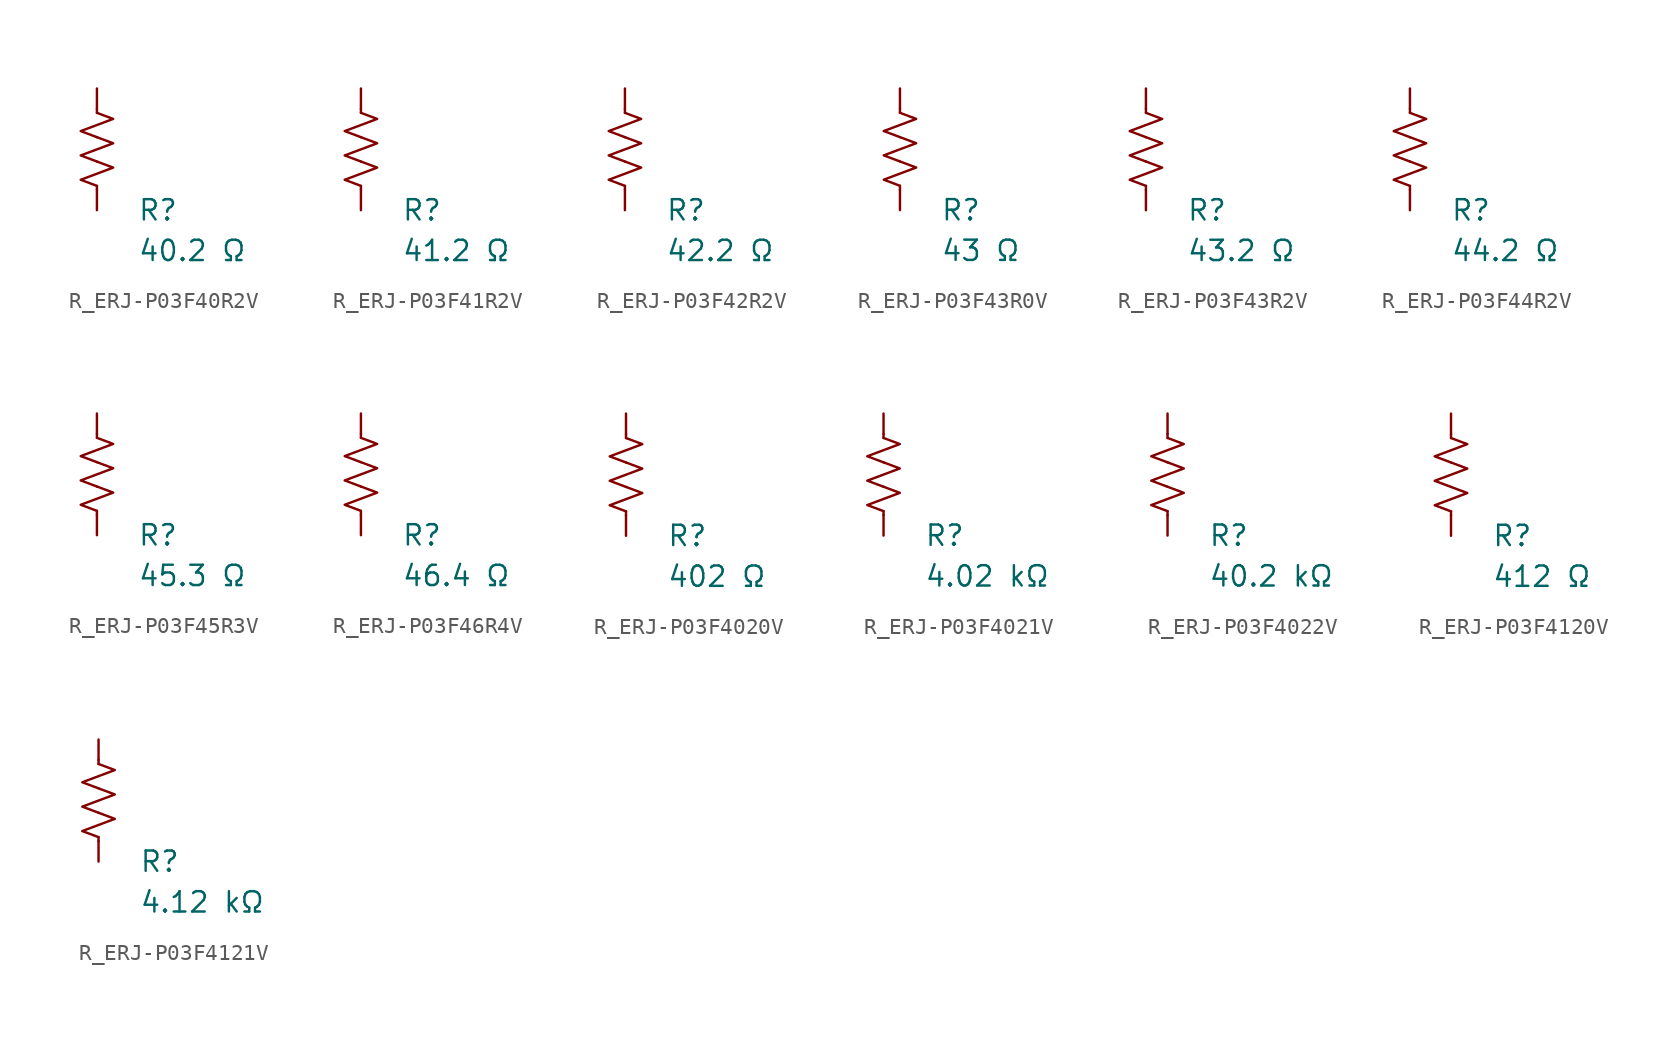
<source format=kicad_sym>
(kicad_symbol_lib
  (version 20231120)
  (generator "kicad_symbol_editor")
  (generator_version "8.0")
  (symbol "R_ERJ-P03F40R2V"
    (pin_numbers hide)
    (pin_names
      (offset 0))
    (property "Reference" "R"
      (at 2.54 -3.81 0)
      (effects (font (size 1.27 1.27)) (justify left))
      (show_name no))
    (property "Value" "40.2 Ω"
      (at 2.54 -6.35 0)
      (effects (font (size 1.27 1.27)) (justify left))
      (show_name no))
    (symbol "R_ERJ-P03F40R2V_0_1"
      (polyline (pts (xy 0 -2.286) (xy 0 -2.54)) (stroke (width 0) (type default)) (fill (type none)))
      (polyline (pts (xy 0 2.286) (xy 0 2.54)) (stroke (width 0) (type default)) (fill (type none)))
      (polyline (pts (xy 0 -0.762) (xy 1.016 -1.143) (xy 0 -1.524) (xy -1.016 -1.905) (xy 0 -2.286)) (stroke (width 0) (type default)) (fill (type none)))
      (polyline (pts (xy 0 0.762) (xy 1.016 0.381) (xy 0 0) (xy -1.016 -0.381) (xy 0 -0.762)) (stroke (width 0) (type default)) (fill (type none)))
      (polyline (pts (xy 0 2.286) (xy 1.016 1.905) (xy 0 1.524) (xy -1.016 1.143) (xy 0 0.762)) (stroke (width 0) (type default)) (fill (type none))))
    (symbol "R_ERJ-P03F40R2V_1_1"
      (pin passive line (at 0 3.81 270) (length 1.27) (name "~" (effects (font (size 1.27 1.27)))) (number "1" (effects (font (size 1.27 1.27)))))
      (pin passive line (at 0 -3.81 90) (length 1.27) (name "~" (effects (font (size 1.27 1.27)))) (number "2" (effects (font (size 1.27 1.27)))))))
  (symbol "R_ERJ-P03F41R2V"
    (pin_numbers hide)
    (pin_names
      (offset 0))
    (property "Reference" "R"
      (at 2.54 -3.81 0)
      (effects (font (size 1.27 1.27)) (justify left))
      (show_name no))
    (property "Value" "41.2 Ω"
      (at 2.54 -6.35 0)
      (effects (font (size 1.27 1.27)) (justify left))
      (show_name no))
    (symbol "R_ERJ-P03F41R2V_0_1"
      (polyline (pts (xy 0 -2.286) (xy 0 -2.54)) (stroke (width 0) (type default)) (fill (type none)))
      (polyline (pts (xy 0 2.286) (xy 0 2.54)) (stroke (width 0) (type default)) (fill (type none)))
      (polyline (pts (xy 0 -0.762) (xy 1.016 -1.143) (xy 0 -1.524) (xy -1.016 -1.905) (xy 0 -2.286)) (stroke (width 0) (type default)) (fill (type none)))
      (polyline (pts (xy 0 0.762) (xy 1.016 0.381) (xy 0 0) (xy -1.016 -0.381) (xy 0 -0.762)) (stroke (width 0) (type default)) (fill (type none)))
      (polyline (pts (xy 0 2.286) (xy 1.016 1.905) (xy 0 1.524) (xy -1.016 1.143) (xy 0 0.762)) (stroke (width 0) (type default)) (fill (type none))))
    (symbol "R_ERJ-P03F41R2V_1_1"
      (pin passive line (at 0 3.81 270) (length 1.27) (name "~" (effects (font (size 1.27 1.27)))) (number "1" (effects (font (size 1.27 1.27)))))
      (pin passive line (at 0 -3.81 90) (length 1.27) (name "~" (effects (font (size 1.27 1.27)))) (number "2" (effects (font (size 1.27 1.27)))))))
  (symbol "R_ERJ-P03F42R2V"
    (pin_numbers hide)
    (pin_names
      (offset 0))
    (property "Reference" "R"
      (at 2.54 -3.81 0)
      (effects (font (size 1.27 1.27)) (justify left))
      (show_name no))
    (property "Value" "42.2 Ω"
      (at 2.54 -6.35 0)
      (effects (font (size 1.27 1.27)) (justify left))
      (show_name no))
    (symbol "R_ERJ-P03F42R2V_0_1"
      (polyline (pts (xy 0 -2.286) (xy 0 -2.54)) (stroke (width 0) (type default)) (fill (type none)))
      (polyline (pts (xy 0 2.286) (xy 0 2.54)) (stroke (width 0) (type default)) (fill (type none)))
      (polyline (pts (xy 0 -0.762) (xy 1.016 -1.143) (xy 0 -1.524) (xy -1.016 -1.905) (xy 0 -2.286)) (stroke (width 0) (type default)) (fill (type none)))
      (polyline (pts (xy 0 0.762) (xy 1.016 0.381) (xy 0 0) (xy -1.016 -0.381) (xy 0 -0.762)) (stroke (width 0) (type default)) (fill (type none)))
      (polyline (pts (xy 0 2.286) (xy 1.016 1.905) (xy 0 1.524) (xy -1.016 1.143) (xy 0 0.762)) (stroke (width 0) (type default)) (fill (type none))))
    (symbol "R_ERJ-P03F42R2V_1_1"
      (pin passive line (at 0 3.81 270) (length 1.27) (name "~" (effects (font (size 1.27 1.27)))) (number "1" (effects (font (size 1.27 1.27)))))
      (pin passive line (at 0 -3.81 90) (length 1.27) (name "~" (effects (font (size 1.27 1.27)))) (number "2" (effects (font (size 1.27 1.27)))))))
  (symbol "R_ERJ-P03F43R0V"
    (pin_numbers hide)
    (pin_names
      (offset 0))
    (property "Reference" "R"
      (at 2.54 -3.81 0)
      (effects (font (size 1.27 1.27)) (justify left))
      (show_name no))
    (property "Value" "43 Ω"
      (at 2.54 -6.35 0)
      (effects (font (size 1.27 1.27)) (justify left))
      (show_name no))
    (symbol "R_ERJ-P03F43R0V_0_1"
      (polyline (pts (xy 0 -2.286) (xy 0 -2.54)) (stroke (width 0) (type default)) (fill (type none)))
      (polyline (pts (xy 0 2.286) (xy 0 2.54)) (stroke (width 0) (type default)) (fill (type none)))
      (polyline (pts (xy 0 -0.762) (xy 1.016 -1.143) (xy 0 -1.524) (xy -1.016 -1.905) (xy 0 -2.286)) (stroke (width 0) (type default)) (fill (type none)))
      (polyline (pts (xy 0 0.762) (xy 1.016 0.381) (xy 0 0) (xy -1.016 -0.381) (xy 0 -0.762)) (stroke (width 0) (type default)) (fill (type none)))
      (polyline (pts (xy 0 2.286) (xy 1.016 1.905) (xy 0 1.524) (xy -1.016 1.143) (xy 0 0.762)) (stroke (width 0) (type default)) (fill (type none))))
    (symbol "R_ERJ-P03F43R0V_1_1"
      (pin passive line (at 0 3.81 270) (length 1.27) (name "~" (effects (font (size 1.27 1.27)))) (number "1" (effects (font (size 1.27 1.27)))))
      (pin passive line (at 0 -3.81 90) (length 1.27) (name "~" (effects (font (size 1.27 1.27)))) (number "2" (effects (font (size 1.27 1.27)))))))
  (symbol "R_ERJ-P03F43R2V"
    (pin_numbers hide)
    (pin_names
      (offset 0))
    (property "Reference" "R"
      (at 2.54 -3.81 0)
      (effects (font (size 1.27 1.27)) (justify left))
      (show_name no))
    (property "Value" "43.2 Ω"
      (at 2.54 -6.35 0)
      (effects (font (size 1.27 1.27)) (justify left))
      (show_name no))
    (symbol "R_ERJ-P03F43R2V_0_1"
      (polyline (pts (xy 0 -2.286) (xy 0 -2.54)) (stroke (width 0) (type default)) (fill (type none)))
      (polyline (pts (xy 0 2.286) (xy 0 2.54)) (stroke (width 0) (type default)) (fill (type none)))
      (polyline (pts (xy 0 -0.762) (xy 1.016 -1.143) (xy 0 -1.524) (xy -1.016 -1.905) (xy 0 -2.286)) (stroke (width 0) (type default)) (fill (type none)))
      (polyline (pts (xy 0 0.762) (xy 1.016 0.381) (xy 0 0) (xy -1.016 -0.381) (xy 0 -0.762)) (stroke (width 0) (type default)) (fill (type none)))
      (polyline (pts (xy 0 2.286) (xy 1.016 1.905) (xy 0 1.524) (xy -1.016 1.143) (xy 0 0.762)) (stroke (width 0) (type default)) (fill (type none))))
    (symbol "R_ERJ-P03F43R2V_1_1"
      (pin passive line (at 0 3.81 270) (length 1.27) (name "~" (effects (font (size 1.27 1.27)))) (number "1" (effects (font (size 1.27 1.27)))))
      (pin passive line (at 0 -3.81 90) (length 1.27) (name "~" (effects (font (size 1.27 1.27)))) (number "2" (effects (font (size 1.27 1.27)))))))
  (symbol "R_ERJ-P03F44R2V"
    (pin_numbers hide)
    (pin_names
      (offset 0))
    (property "Reference" "R"
      (at 2.54 -3.81 0)
      (effects (font (size 1.27 1.27)) (justify left))
      (show_name no))
    (property "Value" "44.2 Ω"
      (at 2.54 -6.35 0)
      (effects (font (size 1.27 1.27)) (justify left))
      (show_name no))
    (symbol "R_ERJ-P03F44R2V_0_1"
      (polyline (pts (xy 0 -2.286) (xy 0 -2.54)) (stroke (width 0) (type default)) (fill (type none)))
      (polyline (pts (xy 0 2.286) (xy 0 2.54)) (stroke (width 0) (type default)) (fill (type none)))
      (polyline (pts (xy 0 -0.762) (xy 1.016 -1.143) (xy 0 -1.524) (xy -1.016 -1.905) (xy 0 -2.286)) (stroke (width 0) (type default)) (fill (type none)))
      (polyline (pts (xy 0 0.762) (xy 1.016 0.381) (xy 0 0) (xy -1.016 -0.381) (xy 0 -0.762)) (stroke (width 0) (type default)) (fill (type none)))
      (polyline (pts (xy 0 2.286) (xy 1.016 1.905) (xy 0 1.524) (xy -1.016 1.143) (xy 0 0.762)) (stroke (width 0) (type default)) (fill (type none))))
    (symbol "R_ERJ-P03F44R2V_1_1"
      (pin passive line (at 0 3.81 270) (length 1.27) (name "~" (effects (font (size 1.27 1.27)))) (number "1" (effects (font (size 1.27 1.27)))))
      (pin passive line (at 0 -3.81 90) (length 1.27) (name "~" (effects (font (size 1.27 1.27)))) (number "2" (effects (font (size 1.27 1.27)))))))
  (symbol "R_ERJ-P03F45R3V"
    (pin_numbers hide)
    (pin_names
      (offset 0))
    (property "Reference" "R"
      (at 2.54 -3.81 0)
      (effects (font (size 1.27 1.27)) (justify left))
      (show_name no))
    (property "Value" "45.3 Ω"
      (at 2.54 -6.35 0)
      (effects (font (size 1.27 1.27)) (justify left))
      (show_name no))
    (symbol "R_ERJ-P03F45R3V_0_1"
      (polyline (pts (xy 0 -2.286) (xy 0 -2.54)) (stroke (width 0) (type default)) (fill (type none)))
      (polyline (pts (xy 0 2.286) (xy 0 2.54)) (stroke (width 0) (type default)) (fill (type none)))
      (polyline (pts (xy 0 -0.762) (xy 1.016 -1.143) (xy 0 -1.524) (xy -1.016 -1.905) (xy 0 -2.286)) (stroke (width 0) (type default)) (fill (type none)))
      (polyline (pts (xy 0 0.762) (xy 1.016 0.381) (xy 0 0) (xy -1.016 -0.381) (xy 0 -0.762)) (stroke (width 0) (type default)) (fill (type none)))
      (polyline (pts (xy 0 2.286) (xy 1.016 1.905) (xy 0 1.524) (xy -1.016 1.143) (xy 0 0.762)) (stroke (width 0) (type default)) (fill (type none))))
    (symbol "R_ERJ-P03F45R3V_1_1"
      (pin passive line (at 0 3.81 270) (length 1.27) (name "~" (effects (font (size 1.27 1.27)))) (number "1" (effects (font (size 1.27 1.27)))))
      (pin passive line (at 0 -3.81 90) (length 1.27) (name "~" (effects (font (size 1.27 1.27)))) (number "2" (effects (font (size 1.27 1.27)))))))
  (symbol "R_ERJ-P03F46R4V"
    (pin_numbers hide)
    (pin_names
      (offset 0))
    (property "Reference" "R"
      (at 2.54 -3.81 0)
      (effects (font (size 1.27 1.27)) (justify left))
      (show_name no))
    (property "Value" "46.4 Ω"
      (at 2.54 -6.35 0)
      (effects (font (size 1.27 1.27)) (justify left))
      (show_name no))
    (symbol "R_ERJ-P03F46R4V_0_1"
      (polyline (pts (xy 0 -2.286) (xy 0 -2.54)) (stroke (width 0) (type default)) (fill (type none)))
      (polyline (pts (xy 0 2.286) (xy 0 2.54)) (stroke (width 0) (type default)) (fill (type none)))
      (polyline (pts (xy 0 -0.762) (xy 1.016 -1.143) (xy 0 -1.524) (xy -1.016 -1.905) (xy 0 -2.286)) (stroke (width 0) (type default)) (fill (type none)))
      (polyline (pts (xy 0 0.762) (xy 1.016 0.381) (xy 0 0) (xy -1.016 -0.381) (xy 0 -0.762)) (stroke (width 0) (type default)) (fill (type none)))
      (polyline (pts (xy 0 2.286) (xy 1.016 1.905) (xy 0 1.524) (xy -1.016 1.143) (xy 0 0.762)) (stroke (width 0) (type default)) (fill (type none))))
    (symbol "R_ERJ-P03F46R4V_1_1"
      (pin passive line (at 0 3.81 270) (length 1.27) (name "~" (effects (font (size 1.27 1.27)))) (number "1" (effects (font (size 1.27 1.27)))))
      (pin passive line (at 0 -3.81 90) (length 1.27) (name "~" (effects (font (size 1.27 1.27)))) (number "2" (effects (font (size 1.27 1.27)))))))
  (symbol "R_ERJ-P03F4020V"
    (pin_numbers hide)
    (pin_names
      (offset 0))
    (property "Reference" "R"
      (at 2.54 -3.81 0)
      (effects (font (size 1.27 1.27)) (justify left))
      (show_name no))
    (property "Value" "402 Ω"
      (at 2.54 -6.35 0)
      (effects (font (size 1.27 1.27)) (justify left))
      (show_name no))
    (symbol "R_ERJ-P03F4020V_0_1"
      (polyline (pts (xy 0 -2.286) (xy 0 -2.54)) (stroke (width 0) (type default)) (fill (type none)))
      (polyline (pts (xy 0 2.286) (xy 0 2.54)) (stroke (width 0) (type default)) (fill (type none)))
      (polyline (pts (xy 0 -0.762) (xy 1.016 -1.143) (xy 0 -1.524) (xy -1.016 -1.905) (xy 0 -2.286)) (stroke (width 0) (type default)) (fill (type none)))
      (polyline (pts (xy 0 0.762) (xy 1.016 0.381) (xy 0 0) (xy -1.016 -0.381) (xy 0 -0.762)) (stroke (width 0) (type default)) (fill (type none)))
      (polyline (pts (xy 0 2.286) (xy 1.016 1.905) (xy 0 1.524) (xy -1.016 1.143) (xy 0 0.762)) (stroke (width 0) (type default)) (fill (type none))))
    (symbol "R_ERJ-P03F4020V_1_1"
      (pin passive line (at 0 3.81 270) (length 1.27) (name "~" (effects (font (size 1.27 1.27)))) (number "1" (effects (font (size 1.27 1.27)))))
      (pin passive line (at 0 -3.81 90) (length 1.27) (name "~" (effects (font (size 1.27 1.27)))) (number "2" (effects (font (size 1.27 1.27)))))))
  (symbol "R_ERJ-P03F4021V"
    (pin_numbers hide)
    (pin_names
      (offset 0))
    (property "Reference" "R"
      (at 2.54 -3.81 0)
      (effects (font (size 1.27 1.27)) (justify left))
      (show_name no))
    (property "Value" "4.02 kΩ"
      (at 2.54 -6.35 0)
      (effects (font (size 1.27 1.27)) (justify left))
      (show_name no))
    (symbol "R_ERJ-P03F4021V_0_1"
      (polyline (pts (xy 0 -2.286) (xy 0 -2.54)) (stroke (width 0) (type default)) (fill (type none)))
      (polyline (pts (xy 0 2.286) (xy 0 2.54)) (stroke (width 0) (type default)) (fill (type none)))
      (polyline (pts (xy 0 -0.762) (xy 1.016 -1.143) (xy 0 -1.524) (xy -1.016 -1.905) (xy 0 -2.286)) (stroke (width 0) (type default)) (fill (type none)))
      (polyline (pts (xy 0 0.762) (xy 1.016 0.381) (xy 0 0) (xy -1.016 -0.381) (xy 0 -0.762)) (stroke (width 0) (type default)) (fill (type none)))
      (polyline (pts (xy 0 2.286) (xy 1.016 1.905) (xy 0 1.524) (xy -1.016 1.143) (xy 0 0.762)) (stroke (width 0) (type default)) (fill (type none))))
    (symbol "R_ERJ-P03F4021V_1_1"
      (pin passive line (at 0 3.81 270) (length 1.27) (name "~" (effects (font (size 1.27 1.27)))) (number "1" (effects (font (size 1.27 1.27)))))
      (pin passive line (at 0 -3.81 90) (length 1.27) (name "~" (effects (font (size 1.27 1.27)))) (number "2" (effects (font (size 1.27 1.27)))))))
  (symbol "R_ERJ-P03F4022V"
    (pin_numbers hide)
    (pin_names
      (offset 0))
    (property "Reference" "R"
      (at 2.54 -3.81 0)
      (effects (font (size 1.27 1.27)) (justify left))
      (show_name no))
    (property "Value" "40.2 kΩ"
      (at 2.54 -6.35 0)
      (effects (font (size 1.27 1.27)) (justify left))
      (show_name no))
    (symbol "R_ERJ-P03F4022V_0_1"
      (polyline (pts (xy 0 -2.286) (xy 0 -2.54)) (stroke (width 0) (type default)) (fill (type none)))
      (polyline (pts (xy 0 2.286) (xy 0 2.54)) (stroke (width 0) (type default)) (fill (type none)))
      (polyline (pts (xy 0 -0.762) (xy 1.016 -1.143) (xy 0 -1.524) (xy -1.016 -1.905) (xy 0 -2.286)) (stroke (width 0) (type default)) (fill (type none)))
      (polyline (pts (xy 0 0.762) (xy 1.016 0.381) (xy 0 0) (xy -1.016 -0.381) (xy 0 -0.762)) (stroke (width 0) (type default)) (fill (type none)))
      (polyline (pts (xy 0 2.286) (xy 1.016 1.905) (xy 0 1.524) (xy -1.016 1.143) (xy 0 0.762)) (stroke (width 0) (type default)) (fill (type none))))
    (symbol "R_ERJ-P03F4022V_1_1"
      (pin passive line (at 0 3.81 270) (length 1.27) (name "~" (effects (font (size 1.27 1.27)))) (number "1" (effects (font (size 1.27 1.27)))))
      (pin passive line (at 0 -3.81 90) (length 1.27) (name "~" (effects (font (size 1.27 1.27)))) (number "2" (effects (font (size 1.27 1.27)))))))
  (symbol "R_ERJ-P03F4120V"
    (pin_numbers hide)
    (pin_names
      (offset 0))
    (property "Reference" "R"
      (at 2.54 -3.81 0)
      (effects (font (size 1.27 1.27)) (justify left))
      (show_name no))
    (property "Value" "412 Ω"
      (at 2.54 -6.35 0)
      (effects (font (size 1.27 1.27)) (justify left))
      (show_name no))
    (symbol "R_ERJ-P03F4120V_0_1"
      (polyline (pts (xy 0 -2.286) (xy 0 -2.54)) (stroke (width 0) (type default)) (fill (type none)))
      (polyline (pts (xy 0 2.286) (xy 0 2.54)) (stroke (width 0) (type default)) (fill (type none)))
      (polyline (pts (xy 0 -0.762) (xy 1.016 -1.143) (xy 0 -1.524) (xy -1.016 -1.905) (xy 0 -2.286)) (stroke (width 0) (type default)) (fill (type none)))
      (polyline (pts (xy 0 0.762) (xy 1.016 0.381) (xy 0 0) (xy -1.016 -0.381) (xy 0 -0.762)) (stroke (width 0) (type default)) (fill (type none)))
      (polyline (pts (xy 0 2.286) (xy 1.016 1.905) (xy 0 1.524) (xy -1.016 1.143) (xy 0 0.762)) (stroke (width 0) (type default)) (fill (type none))))
    (symbol "R_ERJ-P03F4120V_1_1"
      (pin passive line (at 0 3.81 270) (length 1.27) (name "~" (effects (font (size 1.27 1.27)))) (number "1" (effects (font (size 1.27 1.27)))))
      (pin passive line (at 0 -3.81 90) (length 1.27) (name "~" (effects (font (size 1.27 1.27)))) (number "2" (effects (font (size 1.27 1.27)))))))
  (symbol "R_ERJ-P03F4121V"
    (pin_numbers hide)
    (pin_names
      (offset 0))
    (property "Reference" "R"
      (at 2.54 -3.81 0)
      (effects (font (size 1.27 1.27)) (justify left))
      (show_name no))
    (property "Value" "4.12 kΩ"
      (at 2.54 -6.35 0)
      (effects (font (size 1.27 1.27)) (justify left))
      (show_name no))
    (symbol "R_ERJ-P03F4121V_0_1"
      (polyline (pts (xy 0 -2.286) (xy 0 -2.54)) (stroke (width 0) (type default)) (fill (type none)))
      (polyline (pts (xy 0 2.286) (xy 0 2.54)) (stroke (width 0) (type default)) (fill (type none)))
      (polyline (pts (xy 0 -0.762) (xy 1.016 -1.143) (xy 0 -1.524) (xy -1.016 -1.905) (xy 0 -2.286)) (stroke (width 0) (type default)) (fill (type none)))
      (polyline (pts (xy 0 0.762) (xy 1.016 0.381) (xy 0 0) (xy -1.016 -0.381) (xy 0 -0.762)) (stroke (width 0) (type default)) (fill (type none)))
      (polyline (pts (xy 0 2.286) (xy 1.016 1.905) (xy 0 1.524) (xy -1.016 1.143) (xy 0 0.762)) (stroke (width 0) (type default)) (fill (type none))))
    (symbol "R_ERJ-P03F4121V_1_1"
      (pin passive line (at 0 3.81 270) (length 1.27) (name "~" (effects (font (size 1.27 1.27)))) (number "1" (effects (font (size 1.27 1.27)))))
      (pin passive line (at 0 -3.81 90) (length 1.27) (name "~" (effects (font (size 1.27 1.27)))) (number "2" (effects (font (size 1.27 1.27))))))))
</source>
